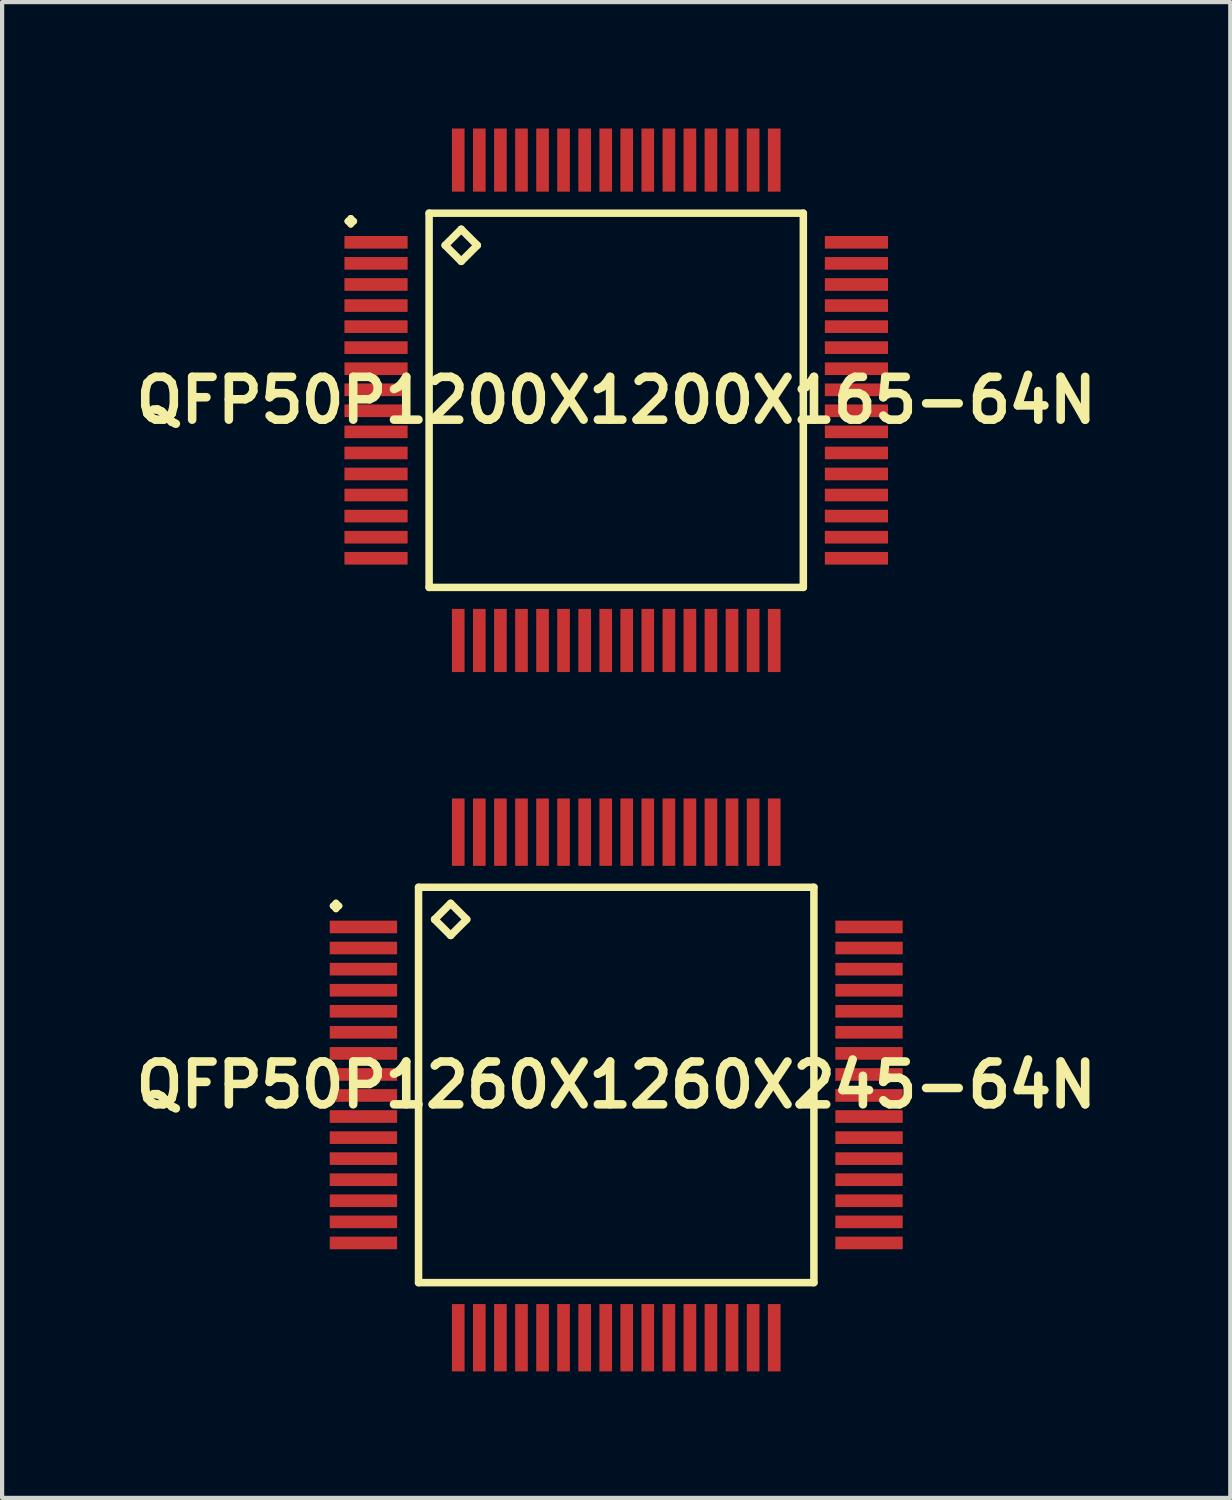
<source format=kicad_pcb>
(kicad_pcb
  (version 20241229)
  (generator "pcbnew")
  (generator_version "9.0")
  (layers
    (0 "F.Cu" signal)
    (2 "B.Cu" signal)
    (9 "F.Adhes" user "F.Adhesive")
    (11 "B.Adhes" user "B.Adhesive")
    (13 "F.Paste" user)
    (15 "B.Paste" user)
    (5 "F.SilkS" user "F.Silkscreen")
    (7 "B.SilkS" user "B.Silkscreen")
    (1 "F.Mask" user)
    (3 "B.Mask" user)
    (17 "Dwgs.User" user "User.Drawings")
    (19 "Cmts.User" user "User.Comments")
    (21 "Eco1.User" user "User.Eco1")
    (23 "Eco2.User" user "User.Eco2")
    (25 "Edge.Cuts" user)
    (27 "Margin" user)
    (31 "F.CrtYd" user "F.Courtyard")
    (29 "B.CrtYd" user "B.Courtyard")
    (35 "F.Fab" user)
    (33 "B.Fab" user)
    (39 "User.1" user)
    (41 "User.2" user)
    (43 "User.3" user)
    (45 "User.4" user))
  (footprint "QFP50P1200X1200X165-64N"
    (layer "F.Cu")
    (at 11.573 6.449)
    (property "Reference" "QFP50P1200X1200X165-64N" (at 0 0 0) (layer "F.SilkS") (effects (font (size 1.016 1.016) (thickness 0.203))))
    (attr smd)
    (fp_line (start -6.373 -4.249) (end -6.299 -4.323) (stroke (width 0.15) (type solid)) (layer "F.SilkS"))
    (fp_line (start -6.299 -4.323) (end -6.223 -4.249) (stroke (width 0.15) (type solid)) (layer "F.SilkS"))
    (fp_line (start -6.299 -4.173) (end -6.373 -4.249) (stroke (width 0.15) (type solid)) (layer "F.SilkS"))
    (fp_line (start -6.223 -4.249) (end -6.299 -4.173) (stroke (width 0.15) (type solid)) (layer "F.SilkS"))
    (fp_line (start -4.44 -4.44) (end -4.44 4.44) (stroke (width 0.178) (type solid)) (layer "F.SilkS"))
    (fp_line (start -4.44 4.44) (end 4.44 4.44) (stroke (width 0.178) (type solid)) (layer "F.SilkS"))
    (fp_line (start -4.059 -3.678) (end -3.678 -4.059) (stroke (width 0.178) (type solid)) (layer "F.SilkS"))
    (fp_line (start -3.678 -4.059) (end -3.297 -3.678) (stroke (width 0.178) (type solid)) (layer "F.SilkS"))
    (fp_line (start -3.678 -3.297) (end -4.059 -3.678) (stroke (width 0.178) (type solid)) (layer "F.SilkS"))
    (fp_line (start -3.297 -3.678) (end -3.678 -3.297) (stroke (width 0.178) (type solid)) (layer "F.SilkS"))
    (fp_line (start 4.44 -4.44) (end -4.44 -4.44) (stroke (width 0.178) (type solid)) (layer "F.SilkS"))
    (fp_line (start 4.44 4.44) (end 4.44 -4.44) (stroke (width 0.178) (type solid)) (layer "F.SilkS"))
    (pad "1" smd rect (at -5.7 -3.749) (size 1.499 0.3) (layers "F.Cu" "F.Mask" "F.Paste"))
    (pad "2" smd rect (at -5.7 -3.249) (size 1.499 0.3) (layers "F.Cu" "F.Mask" "F.Paste"))
    (pad "3" smd rect (at -5.7 -2.748) (size 1.499 0.3) (layers "F.Cu" "F.Mask" "F.Paste"))
    (pad "4" smd rect (at -5.7 -2.248) (size 1.499 0.3) (layers "F.Cu" "F.Mask" "F.Paste"))
    (pad "5" smd rect (at -5.7 -1.748) (size 1.499 0.3) (layers "F.Cu" "F.Mask" "F.Paste"))
    (pad "6" smd rect (at -5.7 -1.25) (size 1.499 0.3) (layers "F.Cu" "F.Mask" "F.Paste"))
    (pad "7" smd rect (at -5.7 -0.749) (size 1.499 0.3) (layers "F.Cu" "F.Mask" "F.Paste"))
    (pad "8" smd rect (at -5.7 -0.249) (size 1.499 0.3) (layers "F.Cu" "F.Mask" "F.Paste"))
    (pad "9" smd rect (at -5.7 0.249) (size 1.499 0.3) (layers "F.Cu" "F.Mask" "F.Paste"))
    (pad "10" smd rect (at -5.7 0.749) (size 1.499 0.3) (layers "F.Cu" "F.Mask" "F.Paste"))
    (pad "11" smd rect (at -5.7 1.25) (size 1.499 0.3) (layers "F.Cu" "F.Mask" "F.Paste"))
    (pad "12" smd rect (at -5.7 1.748) (size 1.499 0.3) (layers "F.Cu" "F.Mask" "F.Paste"))
    (pad "13" smd rect (at -5.7 2.248) (size 1.499 0.3) (layers "F.Cu" "F.Mask" "F.Paste"))
    (pad "14" smd rect (at -5.7 2.748) (size 1.499 0.3) (layers "F.Cu" "F.Mask" "F.Paste"))
    (pad "15" smd rect (at -5.7 3.249) (size 1.499 0.3) (layers "F.Cu" "F.Mask" "F.Paste"))
    (pad "16" smd rect (at -5.7 3.749) (size 1.499 0.3) (layers "F.Cu" "F.Mask" "F.Paste"))
    (pad "17" smd rect (at -3.749 5.7) (size 0.3 1.499) (layers "F.Cu" "F.Mask" "F.Paste"))
    (pad "18" smd rect (at -3.249 5.7) (size 0.3 1.499) (layers "F.Cu" "F.Mask" "F.Paste"))
    (pad "19" smd rect (at -2.748 5.7) (size 0.3 1.499) (layers "F.Cu" "F.Mask" "F.Paste"))
    (pad "20" smd rect (at -2.248 5.7) (size 0.3 1.499) (layers "F.Cu" "F.Mask" "F.Paste"))
    (pad "21" smd rect (at -1.748 5.7) (size 0.3 1.499) (layers "F.Cu" "F.Mask" "F.Paste"))
    (pad "22" smd rect (at -1.25 5.7) (size 0.3 1.499) (layers "F.Cu" "F.Mask" "F.Paste"))
    (pad "23" smd rect (at -0.749 5.7) (size 0.3 1.499) (layers "F.Cu" "F.Mask" "F.Paste"))
    (pad "24" smd rect (at -0.249 5.7) (size 0.3 1.499) (layers "F.Cu" "F.Mask" "F.Paste"))
    (pad "25" smd rect (at 0.249 5.7) (size 0.3 1.499) (layers "F.Cu" "F.Mask" "F.Paste"))
    (pad "26" smd rect (at 0.749 5.7) (size 0.3 1.499) (layers "F.Cu" "F.Mask" "F.Paste"))
    (pad "27" smd rect (at 1.25 5.7) (size 0.3 1.499) (layers "F.Cu" "F.Mask" "F.Paste"))
    (pad "28" smd rect (at 1.748 5.7) (size 0.3 1.499) (layers "F.Cu" "F.Mask" "F.Paste"))
    (pad "29" smd rect (at 2.248 5.7) (size 0.3 1.499) (layers "F.Cu" "F.Mask" "F.Paste"))
    (pad "30" smd rect (at 2.748 5.7) (size 0.3 1.499) (layers "F.Cu" "F.Mask" "F.Paste"))
    (pad "31" smd rect (at 3.249 5.7) (size 0.3 1.499) (layers "F.Cu" "F.Mask" "F.Paste"))
    (pad "32" smd rect (at 3.749 5.7) (size 0.3 1.499) (layers "F.Cu" "F.Mask" "F.Paste"))
    (pad "33" smd rect (at 5.7 3.749) (size 1.499 0.3) (layers "F.Cu" "F.Mask" "F.Paste"))
    (pad "34" smd rect (at 5.7 3.249) (size 1.499 0.3) (layers "F.Cu" "F.Mask" "F.Paste"))
    (pad "35" smd rect (at 5.7 2.748) (size 1.499 0.3) (layers "F.Cu" "F.Mask" "F.Paste"))
    (pad "36" smd rect (at 5.7 2.248) (size 1.499 0.3) (layers "F.Cu" "F.Mask" "F.Paste"))
    (pad "37" smd rect (at 5.7 1.748) (size 1.499 0.3) (layers "F.Cu" "F.Mask" "F.Paste"))
    (pad "38" smd rect (at 5.7 1.25) (size 1.499 0.3) (layers "F.Cu" "F.Mask" "F.Paste"))
    (pad "39" smd rect (at 5.7 0.749) (size 1.499 0.3) (layers "F.Cu" "F.Mask" "F.Paste"))
    (pad "40" smd rect (at 5.7 0.249) (size 1.499 0.3) (layers "F.Cu" "F.Mask" "F.Paste"))
    (pad "41" smd rect (at 5.7 -0.249) (size 1.499 0.3) (layers "F.Cu" "F.Mask" "F.Paste"))
    (pad "42" smd rect (at 5.7 -0.749) (size 1.499 0.3) (layers "F.Cu" "F.Mask" "F.Paste"))
    (pad "43" smd rect (at 5.7 -1.25) (size 1.499 0.3) (layers "F.Cu" "F.Mask" "F.Paste"))
    (pad "44" smd rect (at 5.7 -1.748) (size 1.499 0.3) (layers "F.Cu" "F.Mask" "F.Paste"))
    (pad "45" smd rect (at 5.7 -2.248) (size 1.499 0.3) (layers "F.Cu" "F.Mask" "F.Paste"))
    (pad "46" smd rect (at 5.7 -2.748) (size 1.499 0.3) (layers "F.Cu" "F.Mask" "F.Paste"))
    (pad "47" smd rect (at 5.7 -3.249) (size 1.499 0.3) (layers "F.Cu" "F.Mask" "F.Paste"))
    (pad "48" smd rect (at 5.7 -3.749) (size 1.499 0.3) (layers "F.Cu" "F.Mask" "F.Paste"))
    (pad "49" smd rect (at 3.749 -5.7) (size 0.3 1.499) (layers "F.Cu" "F.Mask" "F.Paste"))
    (pad "50" smd rect (at 3.249 -5.7) (size 0.3 1.499) (layers "F.Cu" "F.Mask" "F.Paste"))
    (pad "51" smd rect (at 2.748 -5.7) (size 0.3 1.499) (layers "F.Cu" "F.Mask" "F.Paste"))
    (pad "52" smd rect (at 2.248 -5.7) (size 0.3 1.499) (layers "F.Cu" "F.Mask" "F.Paste"))
    (pad "53" smd rect (at 1.748 -5.7) (size 0.3 1.499) (layers "F.Cu" "F.Mask" "F.Paste"))
    (pad "54" smd rect (at 1.25 -5.7) (size 0.3 1.499) (layers "F.Cu" "F.Mask" "F.Paste"))
    (pad "55" smd rect (at 0.749 -5.7) (size 0.3 1.499) (layers "F.Cu" "F.Mask" "F.Paste"))
    (pad "56" smd rect (at 0.249 -5.7) (size 0.3 1.499) (layers "F.Cu" "F.Mask" "F.Paste"))
    (pad "57" smd rect (at -0.249 -5.7) (size 0.3 1.499) (layers "F.Cu" "F.Mask" "F.Paste"))
    (pad "58" smd rect (at -0.749 -5.7) (size 0.3 1.499) (layers "F.Cu" "F.Mask" "F.Paste"))
    (pad "59" smd rect (at -1.25 -5.7) (size 0.3 1.499) (layers "F.Cu" "F.Mask" "F.Paste"))
    (pad "60" smd rect (at -1.748 -5.7) (size 0.3 1.499) (layers "F.Cu" "F.Mask" "F.Paste"))
    (pad "61" smd rect (at -2.248 -5.7) (size 0.3 1.499) (layers "F.Cu" "F.Mask" "F.Paste"))
    (pad "62" smd rect (at -2.748 -5.7) (size 0.3 1.499) (layers "F.Cu" "F.Mask" "F.Paste"))
    (pad "63" smd rect (at -3.249 -5.7) (size 0.3 1.499) (layers "F.Cu" "F.Mask" "F.Paste"))
    (pad "64" smd rect (at -3.749 -5.7) (size 0.3 1.499) (layers "F.Cu" "F.Mask" "F.Paste")))
  (footprint "QFP50P1260X1260X245-64N"
    (layer "F.Cu")
    (at 11.573 22.696)
    (property "Reference" "QFP50P1260X1260X245-64N" (at 0 0 0) (layer "F.SilkS") (effects (font (size 1.016 1.016) (thickness 0.203))))
    (attr smd)
    (fp_line (start -6.723 -4.249) (end -6.65 -4.323) (stroke (width 0.15) (type solid)) (layer "F.SilkS"))
    (fp_line (start -6.65 -4.323) (end -6.574 -4.249) (stroke (width 0.15) (type solid)) (layer "F.SilkS"))
    (fp_line (start -6.65 -4.173) (end -6.723 -4.249) (stroke (width 0.15) (type solid)) (layer "F.SilkS"))
    (fp_line (start -6.574 -4.249) (end -6.65 -4.173) (stroke (width 0.15) (type solid)) (layer "F.SilkS"))
    (fp_line (start -4.691 -4.691) (end -4.691 4.691) (stroke (width 0.178) (type solid)) (layer "F.SilkS"))
    (fp_line (start -4.691 4.691) (end 4.691 4.691) (stroke (width 0.178) (type solid)) (layer "F.SilkS"))
    (fp_line (start -4.31 -3.929) (end -3.929 -4.31) (stroke (width 0.178) (type solid)) (layer "F.SilkS"))
    (fp_line (start -3.929 -4.31) (end -3.548 -3.929) (stroke (width 0.178) (type solid)) (layer "F.SilkS"))
    (fp_line (start -3.929 -3.548) (end -4.31 -3.929) (stroke (width 0.178) (type solid)) (layer "F.SilkS"))
    (fp_line (start -3.548 -3.929) (end -3.929 -3.548) (stroke (width 0.178) (type solid)) (layer "F.SilkS"))
    (fp_line (start 4.691 -4.691) (end -4.691 -4.691) (stroke (width 0.178) (type solid)) (layer "F.SilkS"))
    (fp_line (start 4.691 4.691) (end 4.691 -4.691) (stroke (width 0.178) (type solid)) (layer "F.SilkS"))
    (pad "1" smd rect (at -5.999 -3.749) (size 1.598 0.3) (layers "F.Cu" "F.Mask" "F.Paste"))
    (pad "2" smd rect (at -5.999 -3.249) (size 1.598 0.3) (layers "F.Cu" "F.Mask" "F.Paste"))
    (pad "3" smd rect (at -5.999 -2.748) (size 1.598 0.3) (layers "F.Cu" "F.Mask" "F.Paste"))
    (pad "4" smd rect (at -5.999 -2.248) (size 1.598 0.3) (layers "F.Cu" "F.Mask" "F.Paste"))
    (pad "5" smd rect (at -5.999 -1.748) (size 1.598 0.3) (layers "F.Cu" "F.Mask" "F.Paste"))
    (pad "6" smd rect (at -5.999 -1.25) (size 1.598 0.3) (layers "F.Cu" "F.Mask" "F.Paste"))
    (pad "7" smd rect (at -5.999 -0.749) (size 1.598 0.3) (layers "F.Cu" "F.Mask" "F.Paste"))
    (pad "8" smd rect (at -5.999 -0.249) (size 1.598 0.3) (layers "F.Cu" "F.Mask" "F.Paste"))
    (pad "9" smd rect (at -5.999 0.249) (size 1.598 0.3) (layers "F.Cu" "F.Mask" "F.Paste"))
    (pad "10" smd rect (at -5.999 0.749) (size 1.598 0.3) (layers "F.Cu" "F.Mask" "F.Paste"))
    (pad "11" smd rect (at -5.999 1.25) (size 1.598 0.3) (layers "F.Cu" "F.Mask" "F.Paste"))
    (pad "12" smd rect (at -5.999 1.748) (size 1.598 0.3) (layers "F.Cu" "F.Mask" "F.Paste"))
    (pad "13" smd rect (at -5.999 2.248) (size 1.598 0.3) (layers "F.Cu" "F.Mask" "F.Paste"))
    (pad "14" smd rect (at -5.999 2.748) (size 1.598 0.3) (layers "F.Cu" "F.Mask" "F.Paste"))
    (pad "15" smd rect (at -5.999 3.249) (size 1.598 0.3) (layers "F.Cu" "F.Mask" "F.Paste"))
    (pad "16" smd rect (at -5.999 3.749) (size 1.598 0.3) (layers "F.Cu" "F.Mask" "F.Paste"))
    (pad "17" smd rect (at -3.749 5.999) (size 0.3 1.598) (layers "F.Cu" "F.Mask" "F.Paste"))
    (pad "18" smd rect (at -3.249 5.999) (size 0.3 1.598) (layers "F.Cu" "F.Mask" "F.Paste"))
    (pad "19" smd rect (at -2.748 5.999) (size 0.3 1.598) (layers "F.Cu" "F.Mask" "F.Paste"))
    (pad "20" smd rect (at -2.248 5.999) (size 0.3 1.598) (layers "F.Cu" "F.Mask" "F.Paste"))
    (pad "21" smd rect (at -1.748 5.999) (size 0.3 1.598) (layers "F.Cu" "F.Mask" "F.Paste"))
    (pad "22" smd rect (at -1.25 5.999) (size 0.3 1.598) (layers "F.Cu" "F.Mask" "F.Paste"))
    (pad "23" smd rect (at -0.749 5.999) (size 0.3 1.598) (layers "F.Cu" "F.Mask" "F.Paste"))
    (pad "24" smd rect (at -0.249 5.999) (size 0.3 1.598) (layers "F.Cu" "F.Mask" "F.Paste"))
    (pad "25" smd rect (at 0.249 5.999) (size 0.3 1.598) (layers "F.Cu" "F.Mask" "F.Paste"))
    (pad "26" smd rect (at 0.749 5.999) (size 0.3 1.598) (layers "F.Cu" "F.Mask" "F.Paste"))
    (pad "27" smd rect (at 1.25 5.999) (size 0.3 1.598) (layers "F.Cu" "F.Mask" "F.Paste"))
    (pad "28" smd rect (at 1.748 5.999) (size 0.3 1.598) (layers "F.Cu" "F.Mask" "F.Paste"))
    (pad "29" smd rect (at 2.248 5.999) (size 0.3 1.598) (layers "F.Cu" "F.Mask" "F.Paste"))
    (pad "30" smd rect (at 2.748 5.999) (size 0.3 1.598) (layers "F.Cu" "F.Mask" "F.Paste"))
    (pad "31" smd rect (at 3.249 5.999) (size 0.3 1.598) (layers "F.Cu" "F.Mask" "F.Paste"))
    (pad "32" smd rect (at 3.749 5.999) (size 0.3 1.598) (layers "F.Cu" "F.Mask" "F.Paste"))
    (pad "33" smd rect (at 5.999 3.749) (size 1.598 0.3) (layers "F.Cu" "F.Mask" "F.Paste"))
    (pad "34" smd rect (at 5.999 3.249) (size 1.598 0.3) (layers "F.Cu" "F.Mask" "F.Paste"))
    (pad "35" smd rect (at 5.999 2.748) (size 1.598 0.3) (layers "F.Cu" "F.Mask" "F.Paste"))
    (pad "36" smd rect (at 5.999 2.248) (size 1.598 0.3) (layers "F.Cu" "F.Mask" "F.Paste"))
    (pad "37" smd rect (at 5.999 1.748) (size 1.598 0.3) (layers "F.Cu" "F.Mask" "F.Paste"))
    (pad "38" smd rect (at 5.999 1.25) (size 1.598 0.3) (layers "F.Cu" "F.Mask" "F.Paste"))
    (pad "39" smd rect (at 5.999 0.749) (size 1.598 0.3) (layers "F.Cu" "F.Mask" "F.Paste"))
    (pad "40" smd rect (at 5.999 0.249) (size 1.598 0.3) (layers "F.Cu" "F.Mask" "F.Paste"))
    (pad "41" smd rect (at 5.999 -0.249) (size 1.598 0.3) (layers "F.Cu" "F.Mask" "F.Paste"))
    (pad "42" smd rect (at 5.999 -0.749) (size 1.598 0.3) (layers "F.Cu" "F.Mask" "F.Paste"))
    (pad "43" smd rect (at 5.999 -1.25) (size 1.598 0.3) (layers "F.Cu" "F.Mask" "F.Paste"))
    (pad "44" smd rect (at 5.999 -1.748) (size 1.598 0.3) (layers "F.Cu" "F.Mask" "F.Paste"))
    (pad "45" smd rect (at 5.999 -2.248) (size 1.598 0.3) (layers "F.Cu" "F.Mask" "F.Paste"))
    (pad "46" smd rect (at 5.999 -2.748) (size 1.598 0.3) (layers "F.Cu" "F.Mask" "F.Paste"))
    (pad "47" smd rect (at 5.999 -3.249) (size 1.598 0.3) (layers "F.Cu" "F.Mask" "F.Paste"))
    (pad "48" smd rect (at 5.999 -3.749) (size 1.598 0.3) (layers "F.Cu" "F.Mask" "F.Paste"))
    (pad "49" smd rect (at 3.749 -5.999) (size 0.3 1.598) (layers "F.Cu" "F.Mask" "F.Paste"))
    (pad "50" smd rect (at 3.249 -5.999) (size 0.3 1.598) (layers "F.Cu" "F.Mask" "F.Paste"))
    (pad "51" smd rect (at 2.748 -5.999) (size 0.3 1.598) (layers "F.Cu" "F.Mask" "F.Paste"))
    (pad "52" smd rect (at 2.248 -5.999) (size 0.3 1.598) (layers "F.Cu" "F.Mask" "F.Paste"))
    (pad "53" smd rect (at 1.748 -5.999) (size 0.3 1.598) (layers "F.Cu" "F.Mask" "F.Paste"))
    (pad "54" smd rect (at 1.25 -5.999) (size 0.3 1.598) (layers "F.Cu" "F.Mask" "F.Paste"))
    (pad "55" smd rect (at 0.749 -5.999) (size 0.3 1.598) (layers "F.Cu" "F.Mask" "F.Paste"))
    (pad "56" smd rect (at 0.249 -5.999) (size 0.3 1.598) (layers "F.Cu" "F.Mask" "F.Paste"))
    (pad "57" smd rect (at -0.249 -5.999) (size 0.3 1.598) (layers "F.Cu" "F.Mask" "F.Paste"))
    (pad "58" smd rect (at -0.749 -5.999) (size 0.3 1.598) (layers "F.Cu" "F.Mask" "F.Paste"))
    (pad "59" smd rect (at -1.25 -5.999) (size 0.3 1.598) (layers "F.Cu" "F.Mask" "F.Paste"))
    (pad "60" smd rect (at -1.748 -5.999) (size 0.3 1.598) (layers "F.Cu" "F.Mask" "F.Paste"))
    (pad "61" smd rect (at -2.248 -5.999) (size 0.3 1.598) (layers "F.Cu" "F.Mask" "F.Paste"))
    (pad "62" smd rect (at -2.748 -5.999) (size 0.3 1.598) (layers "F.Cu" "F.Mask" "F.Paste"))
    (pad "63" smd rect (at -3.249 -5.999) (size 0.3 1.598) (layers "F.Cu" "F.Mask" "F.Paste"))
    (pad "64" smd rect (at -3.749 -5.999) (size 0.3 1.598) (layers "F.Cu" "F.Mask" "F.Paste")))
  (gr_rect
    (start -3 -3)
    (end 26.145 32.495)
    (stroke (width 0.1) (type default))
    (fill no)
    (layer "Edge.Cuts")))
</source>
